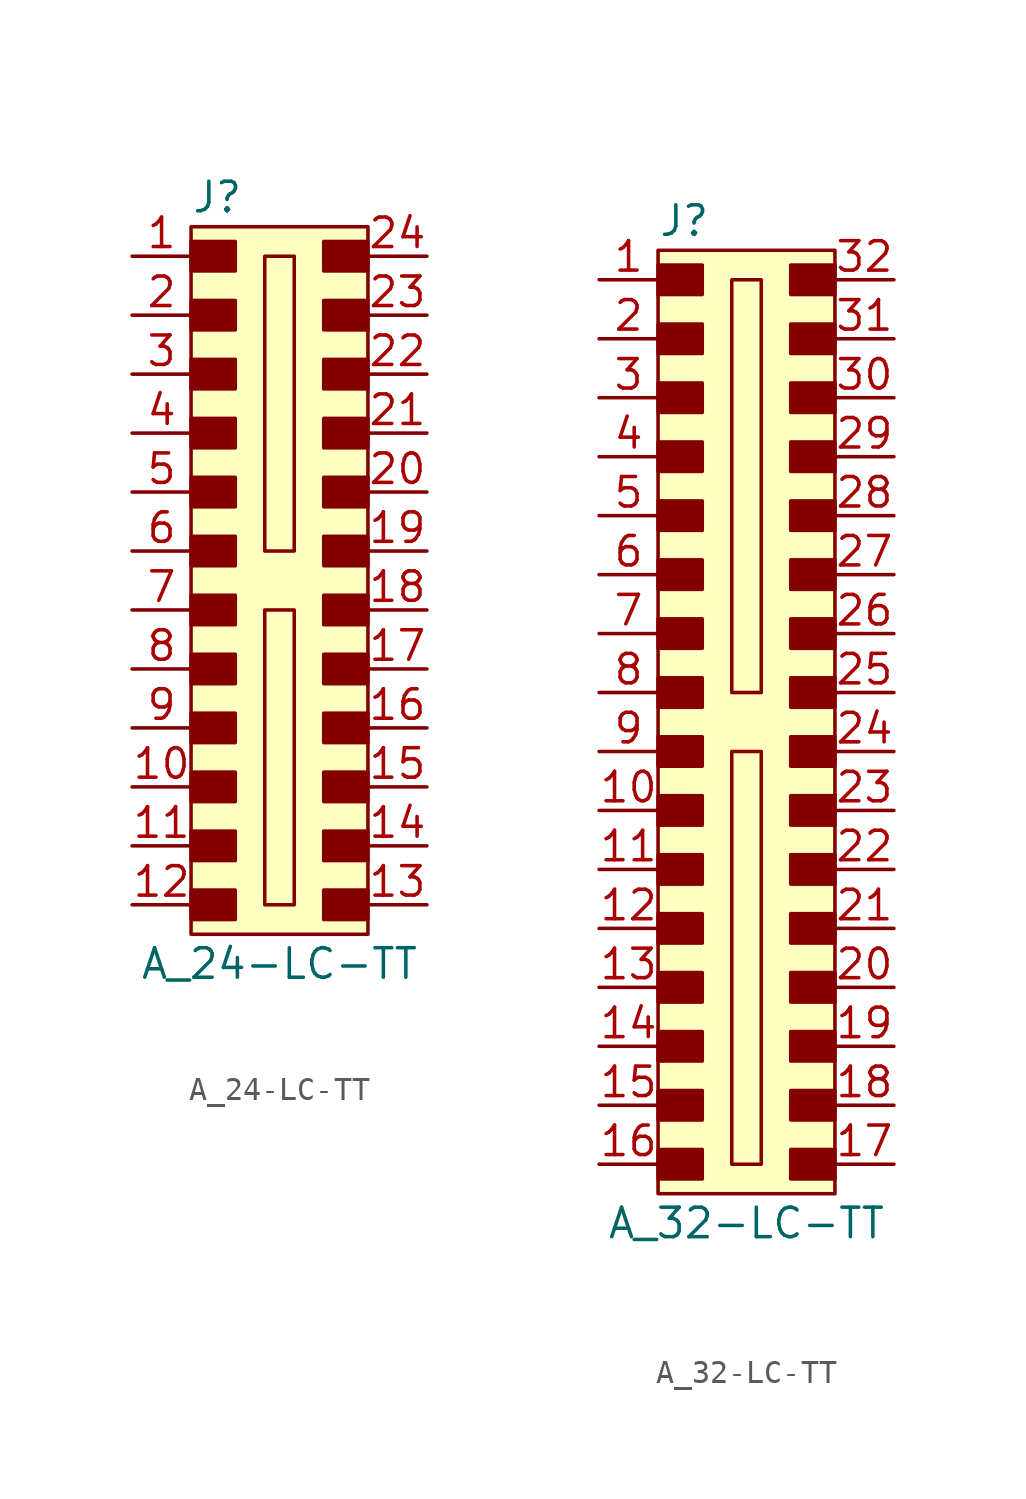
<source format=kicad_sym>
(kicad_symbol_lib
  (version 20220914)
  (generator kicad_symbol_editor)
  (symbol "A_24-LC-TT"
    (pin_names
      (offset 1.016))
    (property "Reference" "J"
      (at -3.81 16.51 0)
      (effects (font (size 1.27 1.27)) (justify left)))
    (property "Value" "A_24-LC-TT"
      (at 0 -16.51 0)
      (effects (font (size 1.27 1.27))))
    (symbol "A_24-LC-TT_1_1"
      (rectangle (start -3.81 -13.335) (end -1.905 -14.605) (stroke (width 0) (type solid)) (fill (type outline)))
      (rectangle (start -3.81 -10.795) (end -1.905 -12.065) (stroke (width 0) (type solid)) (fill (type outline)))
      (rectangle (start -3.81 -8.255) (end -1.905 -9.525) (stroke (width 0) (type solid)) (fill (type outline)))
      (rectangle (start -3.81 -5.715) (end -1.905 -6.985) (stroke (width 0) (type solid)) (fill (type outline)))
      (rectangle (start -3.81 -3.175) (end -1.905 -4.445) (stroke (width 0) (type solid)) (fill (type outline)))
      (rectangle (start -3.81 -0.635) (end -1.905 -1.905) (stroke (width 0) (type solid)) (fill (type outline)))
      (rectangle (start -3.81 1.905) (end -1.905 0.635) (stroke (width 0) (type solid)) (fill (type outline)))
      (rectangle (start -3.81 4.445) (end -1.905 3.175) (stroke (width 0) (type solid)) (fill (type outline)))
      (rectangle (start -3.81 6.985) (end -1.905 5.715) (stroke (width 0) (type solid)) (fill (type outline)))
      (rectangle (start -3.81 9.525) (end -1.905 8.255) (stroke (width 0) (type solid)) (fill (type outline)))
      (rectangle (start -3.81 12.065) (end -1.905 10.795) (stroke (width 0) (type solid)) (fill (type outline)))
      (rectangle (start -3.81 14.605) (end -1.905 13.335) (stroke (width 0) (type solid)) (fill (type outline)))
      (rectangle (start -3.81 15.24) (end 3.81 -15.24) (stroke (width 0) (type solid)) (fill (type background)))
      (rectangle (start -0.635 -1.27) (end 0.635 -13.97) (stroke (width 0) (type solid)) (fill (type none)))
      (rectangle (start -0.635 13.97) (end 0.635 1.27) (stroke (width 0) (type solid)) (fill (type none)))
      (rectangle (start 1.905 -13.335) (end 3.81 -14.605) (stroke (width 0) (type solid)) (fill (type outline)))
      (rectangle (start 1.905 -10.795) (end 3.81 -12.065) (stroke (width 0) (type solid)) (fill (type outline)))
      (rectangle (start 1.905 -8.255) (end 3.81 -9.525) (stroke (width 0) (type solid)) (fill (type outline)))
      (rectangle (start 1.905 -5.715) (end 3.81 -6.985) (stroke (width 0) (type solid)) (fill (type outline)))
      (rectangle (start 1.905 -3.175) (end 3.81 -4.445) (stroke (width 0) (type solid)) (fill (type outline)))
      (rectangle (start 1.905 -0.635) (end 3.81 -1.905) (stroke (width 0) (type solid)) (fill (type outline)))
      (rectangle (start 1.905 1.905) (end 3.81 0.635) (stroke (width 0) (type solid)) (fill (type outline)))
      (rectangle (start 1.905 4.445) (end 3.81 3.175) (stroke (width 0) (type solid)) (fill (type outline)))
      (rectangle (start 1.905 6.985) (end 3.81 5.715) (stroke (width 0) (type solid)) (fill (type outline)))
      (rectangle (start 1.905 9.525) (end 3.81 8.255) (stroke (width 0) (type solid)) (fill (type outline)))
      (rectangle (start 1.905 12.065) (end 3.81 10.795) (stroke (width 0) (type solid)) (fill (type outline)))
      (rectangle (start 1.905 14.605) (end 3.81 13.335) (stroke (width 0) (type solid)) (fill (type outline)))
      (pin passive line (at -6.35 13.97 0) (length 2.54) (name "~" (effects (font (size 1.27 1.27)))) (number "1" (effects (font (size 1.27 1.27)))))
      (pin passive line (at -6.35 -8.89 0) (length 2.54) (name "~" (effects (font (size 1.27 1.27)))) (number "10" (effects (font (size 1.27 1.27)))))
      (pin passive line (at -6.35 -11.43 0) (length 2.54) (name "~" (effects (font (size 1.27 1.27)))) (number "11" (effects (font (size 1.27 1.27)))))
      (pin passive line (at -6.35 -13.97 0) (length 2.54) (name "~" (effects (font (size 1.27 1.27)))) (number "12" (effects (font (size 1.27 1.27)))))
      (pin passive line (at 6.35 -13.97 180) (length 2.54) (name "~" (effects (font (size 1.27 1.27)))) (number "13" (effects (font (size 1.27 1.27)))))
      (pin passive line (at 6.35 -11.43 180) (length 2.54) (name "~" (effects (font (size 1.27 1.27)))) (number "14" (effects (font (size 1.27 1.27)))))
      (pin passive line (at 6.35 -8.89 180) (length 2.54) (name "~" (effects (font (size 1.27 1.27)))) (number "15" (effects (font (size 1.27 1.27)))))
      (pin passive line (at 6.35 -6.35 180) (length 2.54) (name "~" (effects (font (size 1.27 1.27)))) (number "16" (effects (font (size 1.27 1.27)))))
      (pin passive line (at 6.35 -3.81 180) (length 2.54) (name "~" (effects (font (size 1.27 1.27)))) (number "17" (effects (font (size 1.27 1.27)))))
      (pin passive line (at 6.35 -1.27 180) (length 2.54) (name "~" (effects (font (size 1.27 1.27)))) (number "18" (effects (font (size 1.27 1.27)))))
      (pin passive line (at 6.35 1.27 180) (length 2.54) (name "~" (effects (font (size 1.27 1.27)))) (number "19" (effects (font (size 1.27 1.27)))))
      (pin passive line (at -6.35 11.43 0) (length 2.54) (name "~" (effects (font (size 1.27 1.27)))) (number "2" (effects (font (size 1.27 1.27)))))
      (pin passive line (at 6.35 3.81 180) (length 2.54) (name "~" (effects (font (size 1.27 1.27)))) (number "20" (effects (font (size 1.27 1.27)))))
      (pin passive line (at 6.35 6.35 180) (length 2.54) (name "~" (effects (font (size 1.27 1.27)))) (number "21" (effects (font (size 1.27 1.27)))))
      (pin passive line (at 6.35 8.89 180) (length 2.54) (name "~" (effects (font (size 1.27 1.27)))) (number "22" (effects (font (size 1.27 1.27)))))
      (pin passive line (at 6.35 11.43 180) (length 2.54) (name "~" (effects (font (size 1.27 1.27)))) (number "23" (effects (font (size 1.27 1.27)))))
      (pin passive line (at 6.35 13.97 180) (length 2.54) (name "~" (effects (font (size 1.27 1.27)))) (number "24" (effects (font (size 1.27 1.27)))))
      (pin passive line (at -6.35 8.89 0) (length 2.54) (name "~" (effects (font (size 1.27 1.27)))) (number "3" (effects (font (size 1.27 1.27)))))
      (pin passive line (at -6.35 6.35 0) (length 2.54) (name "~" (effects (font (size 1.27 1.27)))) (number "4" (effects (font (size 1.27 1.27)))))
      (pin passive line (at -6.35 3.81 0) (length 2.54) (name "~" (effects (font (size 1.27 1.27)))) (number "5" (effects (font (size 1.27 1.27)))))
      (pin passive line (at -6.35 1.27 0) (length 2.54) (name "~" (effects (font (size 1.27 1.27)))) (number "6" (effects (font (size 1.27 1.27)))))
      (pin passive line (at -6.35 -1.27 0) (length 2.54) (name "~" (effects (font (size 1.27 1.27)))) (number "7" (effects (font (size 1.27 1.27)))))
      (pin passive line (at -6.35 -3.81 0) (length 2.54) (name "~" (effects (font (size 1.27 1.27)))) (number "8" (effects (font (size 1.27 1.27)))))
      (pin passive line (at -6.35 -6.35 0) (length 2.54) (name "~" (effects (font (size 1.27 1.27)))) (number "9" (effects (font (size 1.27 1.27)))))))
  (symbol "A_32-LC-TT"
    (pin_names
      (offset 1.016))
    (property "Reference" "J"
      (at -3.81 20.32 0)
      (effects (font (size 1.27 1.27)) (justify left)))
    (property "Value" "A_32-LC-TT"
      (at 0 -22.86 0)
      (effects (font (size 1.27 1.27))))
    (symbol "A_32-LC-TT_1_1"
      (rectangle (start -3.81 -19.685) (end -1.905 -20.955) (stroke (width 0) (type solid)) (fill (type outline)))
      (rectangle (start -3.81 -17.145) (end -1.905 -18.415) (stroke (width 0) (type solid)) (fill (type outline)))
      (rectangle (start -3.81 -14.605) (end -1.905 -15.875) (stroke (width 0) (type solid)) (fill (type outline)))
      (rectangle (start -3.81 -12.065) (end -1.905 -13.335) (stroke (width 0) (type solid)) (fill (type outline)))
      (rectangle (start -3.81 -9.525) (end -1.905 -10.795) (stroke (width 0) (type solid)) (fill (type outline)))
      (rectangle (start -3.81 -6.985) (end -1.905 -8.255) (stroke (width 0) (type solid)) (fill (type outline)))
      (rectangle (start -3.81 -4.445) (end -1.905 -5.715) (stroke (width 0) (type solid)) (fill (type outline)))
      (rectangle (start -3.81 -1.905) (end -1.905 -3.175) (stroke (width 0) (type solid)) (fill (type outline)))
      (rectangle (start -3.81 0.635) (end -1.905 -0.635) (stroke (width 0) (type solid)) (fill (type outline)))
      (rectangle (start -3.81 3.175) (end -1.905 1.905) (stroke (width 0) (type solid)) (fill (type outline)))
      (rectangle (start -3.81 5.715) (end -1.905 4.445) (stroke (width 0) (type solid)) (fill (type outline)))
      (rectangle (start -3.81 8.255) (end -1.905 6.985) (stroke (width 0) (type solid)) (fill (type outline)))
      (rectangle (start -3.81 10.795) (end -1.905 9.525) (stroke (width 0) (type solid)) (fill (type outline)))
      (rectangle (start -3.81 13.335) (end -1.905 12.065) (stroke (width 0) (type solid)) (fill (type outline)))
      (rectangle (start -3.81 15.875) (end -1.905 14.605) (stroke (width 0) (type solid)) (fill (type outline)))
      (rectangle (start -3.81 18.415) (end -1.905 17.145) (stroke (width 0) (type solid)) (fill (type outline)))
      (rectangle (start -3.81 19.05) (end 3.81 -21.59) (stroke (width 0) (type solid)) (fill (type background)))
      (rectangle (start -0.635 -2.54) (end 0.635 -20.32) (stroke (width 0) (type solid)) (fill (type none)))
      (rectangle (start -0.635 17.78) (end 0.635 0) (stroke (width 0) (type solid)) (fill (type none)))
      (rectangle (start 1.905 -19.685) (end 3.81 -20.955) (stroke (width 0) (type solid)) (fill (type outline)))
      (rectangle (start 1.905 -17.145) (end 3.81 -18.415) (stroke (width 0) (type solid)) (fill (type outline)))
      (rectangle (start 1.905 -14.605) (end 3.81 -15.875) (stroke (width 0) (type solid)) (fill (type outline)))
      (rectangle (start 1.905 -12.065) (end 3.81 -13.335) (stroke (width 0) (type solid)) (fill (type outline)))
      (rectangle (start 1.905 -9.525) (end 3.81 -10.795) (stroke (width 0) (type solid)) (fill (type outline)))
      (rectangle (start 1.905 -6.985) (end 3.81 -8.255) (stroke (width 0) (type solid)) (fill (type outline)))
      (rectangle (start 1.905 -4.445) (end 3.81 -5.715) (stroke (width 0) (type solid)) (fill (type outline)))
      (rectangle (start 1.905 -1.905) (end 3.81 -3.175) (stroke (width 0) (type solid)) (fill (type outline)))
      (rectangle (start 1.905 0.635) (end 3.81 -0.635) (stroke (width 0) (type solid)) (fill (type outline)))
      (rectangle (start 1.905 3.175) (end 3.81 1.905) (stroke (width 0) (type solid)) (fill (type outline)))
      (rectangle (start 1.905 5.715) (end 3.81 4.445) (stroke (width 0) (type solid)) (fill (type outline)))
      (rectangle (start 1.905 8.255) (end 3.81 6.985) (stroke (width 0) (type solid)) (fill (type outline)))
      (rectangle (start 1.905 10.795) (end 3.81 9.525) (stroke (width 0) (type solid)) (fill (type outline)))
      (rectangle (start 1.905 13.335) (end 3.81 12.065) (stroke (width 0) (type solid)) (fill (type outline)))
      (rectangle (start 1.905 15.875) (end 3.81 14.605) (stroke (width 0) (type solid)) (fill (type outline)))
      (rectangle (start 1.905 18.415) (end 3.81 17.145) (stroke (width 0) (type solid)) (fill (type outline)))
      (pin passive line (at -6.35 17.78 0) (length 2.54) (name "~" (effects (font (size 1.27 1.27)))) (number "1" (effects (font (size 1.27 1.27)))))
      (pin passive line (at -6.35 -5.08 0) (length 2.54) (name "~" (effects (font (size 1.27 1.27)))) (number "10" (effects (font (size 1.27 1.27)))))
      (pin passive line (at -6.35 -7.62 0) (length 2.54) (name "~" (effects (font (size 1.27 1.27)))) (number "11" (effects (font (size 1.27 1.27)))))
      (pin passive line (at -6.35 -10.16 0) (length 2.54) (name "~" (effects (font (size 1.27 1.27)))) (number "12" (effects (font (size 1.27 1.27)))))
      (pin passive line (at -6.35 -12.7 0) (length 2.54) (name "~" (effects (font (size 1.27 1.27)))) (number "13" (effects (font (size 1.27 1.27)))))
      (pin passive line (at -6.35 -15.24 0) (length 2.54) (name "~" (effects (font (size 1.27 1.27)))) (number "14" (effects (font (size 1.27 1.27)))))
      (pin passive line (at -6.35 -17.78 0) (length 2.54) (name "~" (effects (font (size 1.27 1.27)))) (number "15" (effects (font (size 1.27 1.27)))))
      (pin passive line (at -6.35 -20.32 0) (length 2.54) (name "~" (effects (font (size 1.27 1.27)))) (number "16" (effects (font (size 1.27 1.27)))))
      (pin passive line (at 6.35 -20.32 180) (length 2.54) (name "~" (effects (font (size 1.27 1.27)))) (number "17" (effects (font (size 1.27 1.27)))))
      (pin passive line (at 6.35 -17.78 180) (length 2.54) (name "~" (effects (font (size 1.27 1.27)))) (number "18" (effects (font (size 1.27 1.27)))))
      (pin passive line (at 6.35 -15.24 180) (length 2.54) (name "~" (effects (font (size 1.27 1.27)))) (number "19" (effects (font (size 1.27 1.27)))))
      (pin passive line (at -6.35 15.24 0) (length 2.54) (name "~" (effects (font (size 1.27 1.27)))) (number "2" (effects (font (size 1.27 1.27)))))
      (pin passive line (at 6.35 -12.7 180) (length 2.54) (name "~" (effects (font (size 1.27 1.27)))) (number "20" (effects (font (size 1.27 1.27)))))
      (pin passive line (at 6.35 -10.16 180) (length 2.54) (name "~" (effects (font (size 1.27 1.27)))) (number "21" (effects (font (size 1.27 1.27)))))
      (pin passive line (at 6.35 -7.62 180) (length 2.54) (name "~" (effects (font (size 1.27 1.27)))) (number "22" (effects (font (size 1.27 1.27)))))
      (pin passive line (at 6.35 -5.08 180) (length 2.54) (name "~" (effects (font (size 1.27 1.27)))) (number "23" (effects (font (size 1.27 1.27)))))
      (pin passive line (at 6.35 -2.54 180) (length 2.54) (name "~" (effects (font (size 1.27 1.27)))) (number "24" (effects (font (size 1.27 1.27)))))
      (pin passive line (at 6.35 0 180) (length 2.54) (name "~" (effects (font (size 1.27 1.27)))) (number "25" (effects (font (size 1.27 1.27)))))
      (pin passive line (at 6.35 2.54 180) (length 2.54) (name "~" (effects (font (size 1.27 1.27)))) (number "26" (effects (font (size 1.27 1.27)))))
      (pin passive line (at 6.35 5.08 180) (length 2.54) (name "~" (effects (font (size 1.27 1.27)))) (number "27" (effects (font (size 1.27 1.27)))))
      (pin passive line (at 6.35 7.62 180) (length 2.54) (name "~" (effects (font (size 1.27 1.27)))) (number "28" (effects (font (size 1.27 1.27)))))
      (pin passive line (at 6.35 10.16 180) (length 2.54) (name "~" (effects (font (size 1.27 1.27)))) (number "29" (effects (font (size 1.27 1.27)))))
      (pin passive line (at -6.35 12.7 0) (length 2.54) (name "~" (effects (font (size 1.27 1.27)))) (number "3" (effects (font (size 1.27 1.27)))))
      (pin passive line (at 6.35 12.7 180) (length 2.54) (name "~" (effects (font (size 1.27 1.27)))) (number "30" (effects (font (size 1.27 1.27)))))
      (pin passive line (at 6.35 15.24 180) (length 2.54) (name "~" (effects (font (size 1.27 1.27)))) (number "31" (effects (font (size 1.27 1.27)))))
      (pin passive line (at 6.35 17.78 180) (length 2.54) (name "~" (effects (font (size 1.27 1.27)))) (number "32" (effects (font (size 1.27 1.27)))))
      (pin passive line (at -6.35 10.16 0) (length 2.54) (name "~" (effects (font (size 1.27 1.27)))) (number "4" (effects (font (size 1.27 1.27)))))
      (pin passive line (at -6.35 7.62 0) (length 2.54) (name "~" (effects (font (size 1.27 1.27)))) (number "5" (effects (font (size 1.27 1.27)))))
      (pin passive line (at -6.35 5.08 0) (length 2.54) (name "~" (effects (font (size 1.27 1.27)))) (number "6" (effects (font (size 1.27 1.27)))))
      (pin passive line (at -6.35 2.54 0) (length 2.54) (name "~" (effects (font (size 1.27 1.27)))) (number "7" (effects (font (size 1.27 1.27)))))
      (pin passive line (at -6.35 0 0) (length 2.54) (name "~" (effects (font (size 1.27 1.27)))) (number "8" (effects (font (size 1.27 1.27)))))
      (pin passive line (at -6.35 -2.54 0) (length 2.54) (name "~" (effects (font (size 1.27 1.27)))) (number "9" (effects (font (size 1.27 1.27))))))))
</source>
